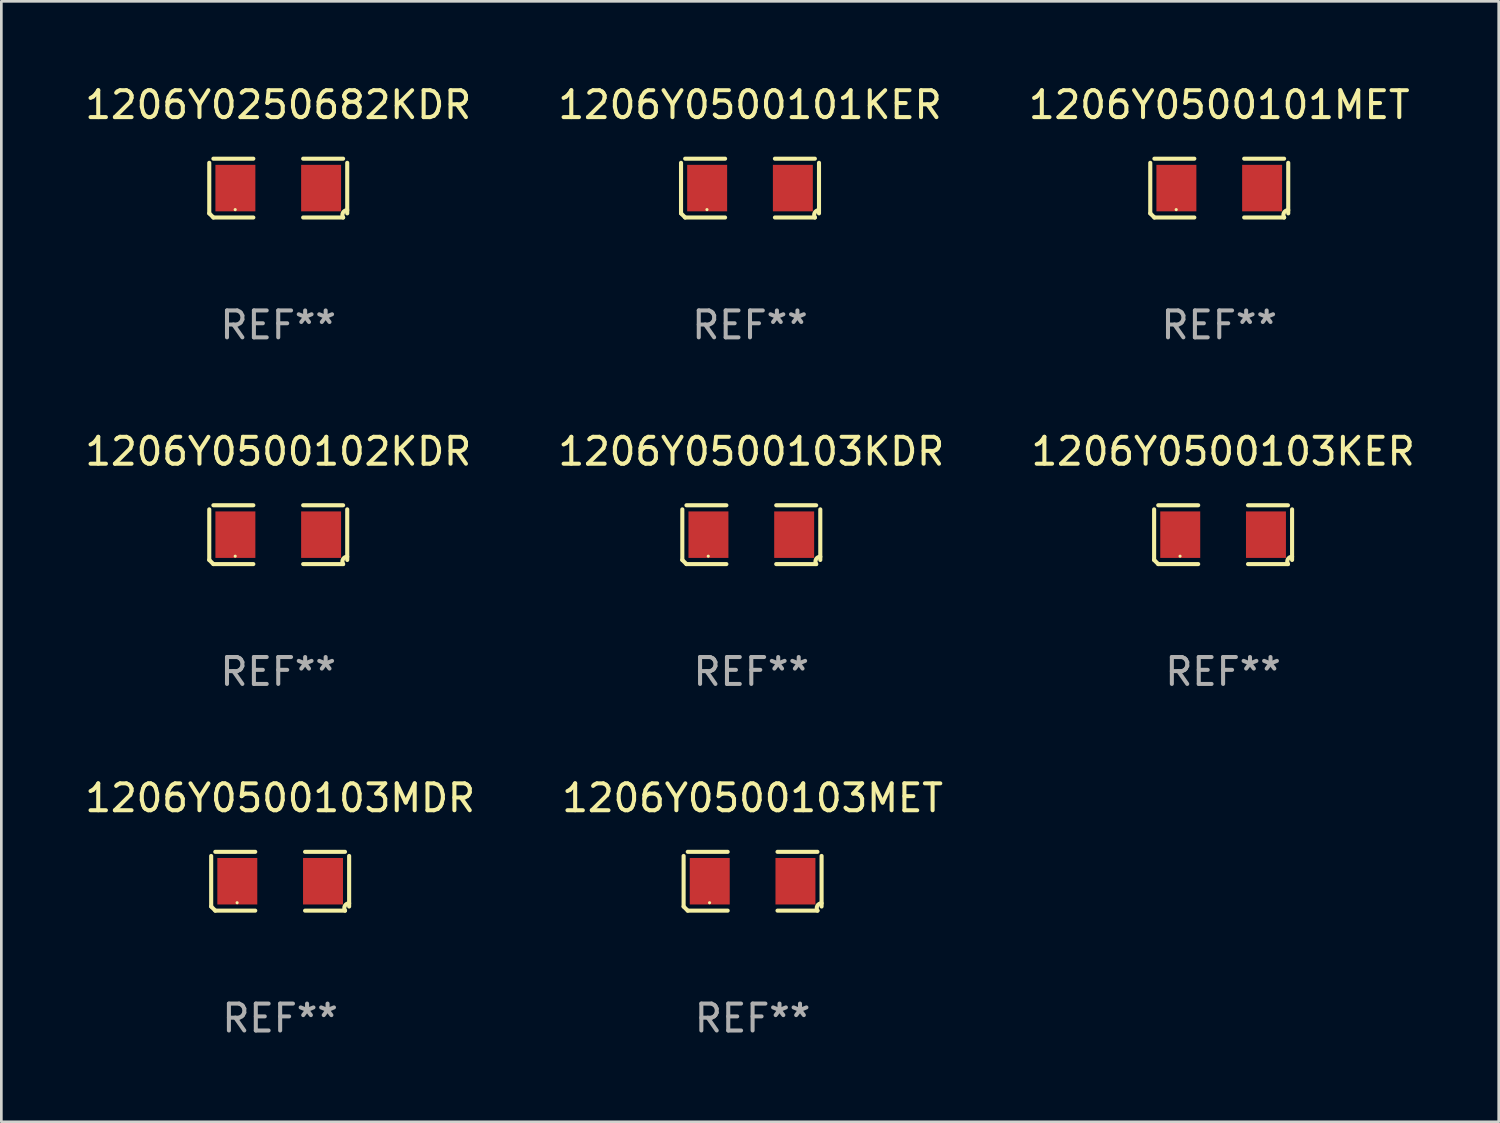
<source format=kicad_pcb>
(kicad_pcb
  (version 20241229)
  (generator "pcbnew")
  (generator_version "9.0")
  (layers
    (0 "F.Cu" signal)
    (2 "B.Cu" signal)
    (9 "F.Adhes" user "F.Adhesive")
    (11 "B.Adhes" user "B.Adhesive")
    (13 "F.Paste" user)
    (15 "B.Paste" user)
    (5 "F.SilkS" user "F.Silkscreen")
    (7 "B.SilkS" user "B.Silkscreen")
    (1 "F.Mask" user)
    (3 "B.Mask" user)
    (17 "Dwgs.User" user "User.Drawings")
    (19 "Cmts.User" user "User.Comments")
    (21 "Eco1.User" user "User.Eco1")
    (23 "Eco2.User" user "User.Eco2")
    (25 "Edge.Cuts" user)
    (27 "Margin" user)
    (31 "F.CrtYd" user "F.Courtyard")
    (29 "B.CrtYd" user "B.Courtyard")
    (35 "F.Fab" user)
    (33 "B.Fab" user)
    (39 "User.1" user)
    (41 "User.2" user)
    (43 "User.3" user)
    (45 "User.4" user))
  (footprint "1206Y0500103KDR"
    (layer "F.Cu")
    (at 24.875 16.823)
    (property "Reference" "1206Y0500103KDR" (at 0 -3.093 0) (layer "F.SilkS") (effects (font (size 1 1) (thickness 0.15))))
    (attr through_hole)
    (fp_line (start -2.564 0.94) (end -2.564 -0.94) (stroke (width 0.152) (type solid)) (layer "F.SilkS"))
    (fp_line (start -2.411 -1.093) (end -0.926 -1.093) (stroke (width 0.152) (type solid)) (layer "F.SilkS"))
    (fp_line (start -0.926 1.093) (end -2.411 1.093) (stroke (width 0.152) (type solid)) (layer "F.SilkS"))
    (fp_line (start 0.926 1.093) (end 2.411 1.093) (stroke (width 0.152) (type solid)) (layer "F.SilkS"))
    (fp_line (start 2.411 -1.093) (end 0.926 -1.093) (stroke (width 0.152) (type solid)) (layer "F.SilkS"))
    (fp_line (start 2.564 0.94) (end 2.564 -0.94) (stroke (width 0.152) (type solid)) (layer "F.SilkS"))
    (fp_arc (start -2.411201 1.092609) (mid -2.487413 1.01642) (end -2.563602 0.940208) (stroke (width 0.1524) (type solid)) (layer "F.SilkS"))
    (fp_arc (start 2.411201 1.092609) (mid 2.407159 0.911226) (end 2.563602 0.819347) (stroke (width 0.1524) (type solid)) (layer "F.SilkS"))
    (fp_circle (center -1.6 0.8) (end -1.57 0.8) (stroke (width 0.06) (type solid)) (fill no) (layer "F.SilkS"))
    (fp_text user "REF**" (at 0 5.093 0) (layer "F.Fab") (effects (font (size 1 1) (thickness 0.15))))
    (pad "1" smd rect (at -1.593 0) (size 1.485 1.728) (layers "F.Cu" "F.Mask" "F.Paste"))
    (pad "2" smd rect (at 1.593 0) (size 1.485 1.728) (layers "F.Cu" "F.Mask" "F.Paste")))
  (footprint "1206Y0500103KER"
    (layer "F.Cu")
    (at 42.411 16.823)
    (property "Reference" "1206Y0500103KER" (at 0 -3.093 0) (layer "F.SilkS") (effects (font (size 1 1) (thickness 0.15))))
    (attr through_hole)
    (fp_line (start -2.564 0.94) (end -2.564 -0.94) (stroke (width 0.152) (type solid)) (layer "F.SilkS"))
    (fp_line (start -2.411 -1.093) (end -0.926 -1.093) (stroke (width 0.152) (type solid)) (layer "F.SilkS"))
    (fp_line (start -0.926 1.093) (end -2.411 1.093) (stroke (width 0.152) (type solid)) (layer "F.SilkS"))
    (fp_line (start 0.926 1.093) (end 2.411 1.093) (stroke (width 0.152) (type solid)) (layer "F.SilkS"))
    (fp_line (start 2.411 -1.093) (end 0.926 -1.093) (stroke (width 0.152) (type solid)) (layer "F.SilkS"))
    (fp_line (start 2.564 0.94) (end 2.564 -0.94) (stroke (width 0.152) (type solid)) (layer "F.SilkS"))
    (fp_arc (start -2.411201 1.092609) (mid -2.487413 1.01642) (end -2.563602 0.940208) (stroke (width 0.1524) (type solid)) (layer "F.SilkS"))
    (fp_arc (start 2.411201 1.092609) (mid 2.407159 0.911226) (end 2.563602 0.819347) (stroke (width 0.1524) (type solid)) (layer "F.SilkS"))
    (fp_circle (center -1.6 0.8) (end -1.57 0.8) (stroke (width 0.06) (type solid)) (fill no) (layer "F.SilkS"))
    (fp_text user "REF**" (at 0 5.093 0) (layer "F.Fab") (effects (font (size 1 1) (thickness 0.15))))
    (pad "1" smd rect (at -1.593 0) (size 1.485 1.728) (layers "F.Cu" "F.Mask" "F.Paste"))
    (pad "2" smd rect (at 1.593 0) (size 1.485 1.728) (layers "F.Cu" "F.Mask" "F.Paste")))
  (footprint "1206Y0250682KDR"
    (layer "F.Cu")
    (at 7.292 3.941)
    (property "Reference" "1206Y0250682KDR" (at 0 -3.093 0) (layer "F.SilkS") (effects (font (size 1 1) (thickness 0.15))))
    (attr through_hole)
    (fp_line (start -2.564 0.94) (end -2.564 -0.94) (stroke (width 0.152) (type solid)) (layer "F.SilkS"))
    (fp_line (start -2.411 -1.093) (end -0.926 -1.093) (stroke (width 0.152) (type solid)) (layer "F.SilkS"))
    (fp_line (start -0.926 1.093) (end -2.411 1.093) (stroke (width 0.152) (type solid)) (layer "F.SilkS"))
    (fp_line (start 0.926 1.093) (end 2.411 1.093) (stroke (width 0.152) (type solid)) (layer "F.SilkS"))
    (fp_line (start 2.411 -1.093) (end 0.926 -1.093) (stroke (width 0.152) (type solid)) (layer "F.SilkS"))
    (fp_line (start 2.564 0.94) (end 2.564 -0.94) (stroke (width 0.152) (type solid)) (layer "F.SilkS"))
    (fp_arc (start -2.411201 1.092609) (mid -2.487413 1.01642) (end -2.563602 0.940208) (stroke (width 0.1524) (type solid)) (layer "F.SilkS"))
    (fp_arc (start 2.411201 1.092609) (mid 2.407159 0.911226) (end 2.563602 0.819347) (stroke (width 0.1524) (type solid)) (layer "F.SilkS"))
    (fp_circle (center -1.6 0.8) (end -1.57 0.8) (stroke (width 0.06) (type solid)) (fill no) (layer "F.SilkS"))
    (fp_text user "REF**" (at 0 5.093 0) (layer "F.Fab") (effects (font (size 1 1) (thickness 0.15))))
    (pad "1" smd rect (at -1.593 0) (size 1.485 1.728) (layers "F.Cu" "F.Mask" "F.Paste"))
    (pad "2" smd rect (at 1.593 0) (size 1.485 1.728) (layers "F.Cu" "F.Mask" "F.Paste")))
  (footprint "1206Y0500101MET"
    (layer "F.Cu")
    (at 42.268 3.941)
    (property "Reference" "1206Y0500101MET" (at 0 -3.093 0) (layer "F.SilkS") (effects (font (size 1 1) (thickness 0.15))))
    (attr through_hole)
    (fp_line (start -2.564 0.94) (end -2.564 -0.94) (stroke (width 0.152) (type solid)) (layer "F.SilkS"))
    (fp_line (start -2.411 -1.093) (end -0.926 -1.093) (stroke (width 0.152) (type solid)) (layer "F.SilkS"))
    (fp_line (start -0.926 1.093) (end -2.411 1.093) (stroke (width 0.152) (type solid)) (layer "F.SilkS"))
    (fp_line (start 0.926 1.093) (end 2.411 1.093) (stroke (width 0.152) (type solid)) (layer "F.SilkS"))
    (fp_line (start 2.411 -1.093) (end 0.926 -1.093) (stroke (width 0.152) (type solid)) (layer "F.SilkS"))
    (fp_line (start 2.564 0.94) (end 2.564 -0.94) (stroke (width 0.152) (type solid)) (layer "F.SilkS"))
    (fp_arc (start -2.411201 1.092609) (mid -2.487413 1.01642) (end -2.563602 0.940208) (stroke (width 0.1524) (type solid)) (layer "F.SilkS"))
    (fp_arc (start 2.411201 1.092609) (mid 2.407159 0.911226) (end 2.563602 0.819347) (stroke (width 0.1524) (type solid)) (layer "F.SilkS"))
    (fp_circle (center -1.6 0.8) (end -1.57 0.8) (stroke (width 0.06) (type solid)) (fill no) (layer "F.SilkS"))
    (fp_text user "REF**" (at 0 5.093 0) (layer "F.Fab") (effects (font (size 1 1) (thickness 0.15))))
    (pad "1" smd rect (at -1.593 0) (size 1.485 1.728) (layers "F.Cu" "F.Mask" "F.Paste"))
    (pad "2" smd rect (at 1.593 0) (size 1.485 1.728) (layers "F.Cu" "F.Mask" "F.Paste")))
  (footprint "1206Y0500103MET"
    (layer "F.Cu")
    (at 24.923 29.704)
    (property "Reference" "1206Y0500103MET" (at 0 -3.093 0) (layer "F.SilkS") (effects (font (size 1 1) (thickness 0.15))))
    (attr through_hole)
    (fp_line (start -2.564 0.94) (end -2.564 -0.94) (stroke (width 0.152) (type solid)) (layer "F.SilkS"))
    (fp_line (start -2.411 -1.093) (end -0.926 -1.093) (stroke (width 0.152) (type solid)) (layer "F.SilkS"))
    (fp_line (start -0.926 1.093) (end -2.411 1.093) (stroke (width 0.152) (type solid)) (layer "F.SilkS"))
    (fp_line (start 0.926 1.093) (end 2.411 1.093) (stroke (width 0.152) (type solid)) (layer "F.SilkS"))
    (fp_line (start 2.411 -1.093) (end 0.926 -1.093) (stroke (width 0.152) (type solid)) (layer "F.SilkS"))
    (fp_line (start 2.564 0.94) (end 2.564 -0.94) (stroke (width 0.152) (type solid)) (layer "F.SilkS"))
    (fp_arc (start -2.411201 1.092609) (mid -2.487413 1.01642) (end -2.563602 0.940208) (stroke (width 0.1524) (type solid)) (layer "F.SilkS"))
    (fp_arc (start 2.411201 1.092609) (mid 2.407159 0.911226) (end 2.563602 0.819347) (stroke (width 0.1524) (type solid)) (layer "F.SilkS"))
    (fp_circle (center -1.6 0.8) (end -1.57 0.8) (stroke (width 0.06) (type solid)) (fill no) (layer "F.SilkS"))
    (fp_text user "REF**" (at 0 5.093 0) (layer "F.Fab") (effects (font (size 1 1) (thickness 0.15))))
    (pad "1" smd rect (at -1.593 0) (size 1.485 1.728) (layers "F.Cu" "F.Mask" "F.Paste"))
    (pad "2" smd rect (at 1.593 0) (size 1.485 1.728) (layers "F.Cu" "F.Mask" "F.Paste")))
  (footprint "1206Y0500103MDR"
    (layer "F.Cu")
    (at 7.363 29.704)
    (property "Reference" "1206Y0500103MDR" (at 0 -3.093 0) (layer "F.SilkS") (effects (font (size 1 1) (thickness 0.15))))
    (attr through_hole)
    (fp_line (start -2.564 0.94) (end -2.564 -0.94) (stroke (width 0.152) (type solid)) (layer "F.SilkS"))
    (fp_line (start -2.411 -1.093) (end -0.926 -1.093) (stroke (width 0.152) (type solid)) (layer "F.SilkS"))
    (fp_line (start -0.926 1.093) (end -2.411 1.093) (stroke (width 0.152) (type solid)) (layer "F.SilkS"))
    (fp_line (start 0.926 1.093) (end 2.411 1.093) (stroke (width 0.152) (type solid)) (layer "F.SilkS"))
    (fp_line (start 2.411 -1.093) (end 0.926 -1.093) (stroke (width 0.152) (type solid)) (layer "F.SilkS"))
    (fp_line (start 2.564 0.94) (end 2.564 -0.94) (stroke (width 0.152) (type solid)) (layer "F.SilkS"))
    (fp_arc (start -2.411201 1.092609) (mid -2.487413 1.01642) (end -2.563602 0.940208) (stroke (width 0.1524) (type solid)) (layer "F.SilkS"))
    (fp_arc (start 2.411201 1.092609) (mid 2.407159 0.911226) (end 2.563602 0.819347) (stroke (width 0.1524) (type solid)) (layer "F.SilkS"))
    (fp_circle (center -1.6 0.8) (end -1.57 0.8) (stroke (width 0.06) (type solid)) (fill no) (layer "F.SilkS"))
    (fp_text user "REF**" (at 0 5.093 0) (layer "F.Fab") (effects (font (size 1 1) (thickness 0.15))))
    (pad "1" smd rect (at -1.593 0) (size 1.485 1.728) (layers "F.Cu" "F.Mask" "F.Paste"))
    (pad "2" smd rect (at 1.593 0) (size 1.485 1.728) (layers "F.Cu" "F.Mask" "F.Paste")))
  (footprint "1206Y0500101KER"
    (layer "F.Cu")
    (at 24.827 3.941)
    (property "Reference" "1206Y0500101KER" (at 0 -3.093 0) (layer "F.SilkS") (effects (font (size 1 1) (thickness 0.15))))
    (attr through_hole)
    (fp_line (start -2.564 0.94) (end -2.564 -0.94) (stroke (width 0.152) (type solid)) (layer "F.SilkS"))
    (fp_line (start -2.411 -1.093) (end -0.926 -1.093) (stroke (width 0.152) (type solid)) (layer "F.SilkS"))
    (fp_line (start -0.926 1.093) (end -2.411 1.093) (stroke (width 0.152) (type solid)) (layer "F.SilkS"))
    (fp_line (start 0.926 1.093) (end 2.411 1.093) (stroke (width 0.152) (type solid)) (layer "F.SilkS"))
    (fp_line (start 2.411 -1.093) (end 0.926 -1.093) (stroke (width 0.152) (type solid)) (layer "F.SilkS"))
    (fp_line (start 2.564 0.94) (end 2.564 -0.94) (stroke (width 0.152) (type solid)) (layer "F.SilkS"))
    (fp_arc (start -2.411201 1.092609) (mid -2.487413 1.01642) (end -2.563602 0.940208) (stroke (width 0.1524) (type solid)) (layer "F.SilkS"))
    (fp_arc (start 2.411201 1.092609) (mid 2.407159 0.911226) (end 2.563602 0.819347) (stroke (width 0.1524) (type solid)) (layer "F.SilkS"))
    (fp_circle (center -1.6 0.8) (end -1.57 0.8) (stroke (width 0.06) (type solid)) (fill no) (layer "F.SilkS"))
    (fp_text user "REF**" (at 0 5.093 0) (layer "F.Fab") (effects (font (size 1 1) (thickness 0.15))))
    (pad "1" smd rect (at -1.593 0) (size 1.485 1.728) (layers "F.Cu" "F.Mask" "F.Paste"))
    (pad "2" smd rect (at 1.593 0) (size 1.485 1.728) (layers "F.Cu" "F.Mask" "F.Paste")))
  (footprint "1206Y0500102KDR"
    (layer "F.Cu")
    (at 7.292 16.823)
    (property "Reference" "1206Y0500102KDR" (at 0 -3.093 0) (layer "F.SilkS") (effects (font (size 1 1) (thickness 0.15))))
    (attr through_hole)
    (fp_line (start -2.564 0.94) (end -2.564 -0.94) (stroke (width 0.152) (type solid)) (layer "F.SilkS"))
    (fp_line (start -2.411 -1.093) (end -0.926 -1.093) (stroke (width 0.152) (type solid)) (layer "F.SilkS"))
    (fp_line (start -0.926 1.093) (end -2.411 1.093) (stroke (width 0.152) (type solid)) (layer "F.SilkS"))
    (fp_line (start 0.926 1.093) (end 2.411 1.093) (stroke (width 0.152) (type solid)) (layer "F.SilkS"))
    (fp_line (start 2.411 -1.093) (end 0.926 -1.093) (stroke (width 0.152) (type solid)) (layer "F.SilkS"))
    (fp_line (start 2.564 0.94) (end 2.564 -0.94) (stroke (width 0.152) (type solid)) (layer "F.SilkS"))
    (fp_arc (start -2.411201 1.092609) (mid -2.487413 1.01642) (end -2.563602 0.940208) (stroke (width 0.1524) (type solid)) (layer "F.SilkS"))
    (fp_arc (start 2.411201 1.092609) (mid 2.407159 0.911226) (end 2.563602 0.819347) (stroke (width 0.1524) (type solid)) (layer "F.SilkS"))
    (fp_circle (center -1.6 0.8) (end -1.57 0.8) (stroke (width 0.06) (type solid)) (fill no) (layer "F.SilkS"))
    (fp_text user "REF**" (at 0 5.093 0) (layer "F.Fab") (effects (font (size 1 1) (thickness 0.15))))
    (pad "1" smd rect (at -1.593 0) (size 1.485 1.728) (layers "F.Cu" "F.Mask" "F.Paste"))
    (pad "2" smd rect (at 1.593 0) (size 1.485 1.728) (layers "F.Cu" "F.Mask" "F.Paste")))
  (gr_rect
    (start -3 -3)
    (end 52.655 38.645)
    (stroke (width 0.1) (type default))
    (fill no)
    (layer "Edge.Cuts")))
</source>
